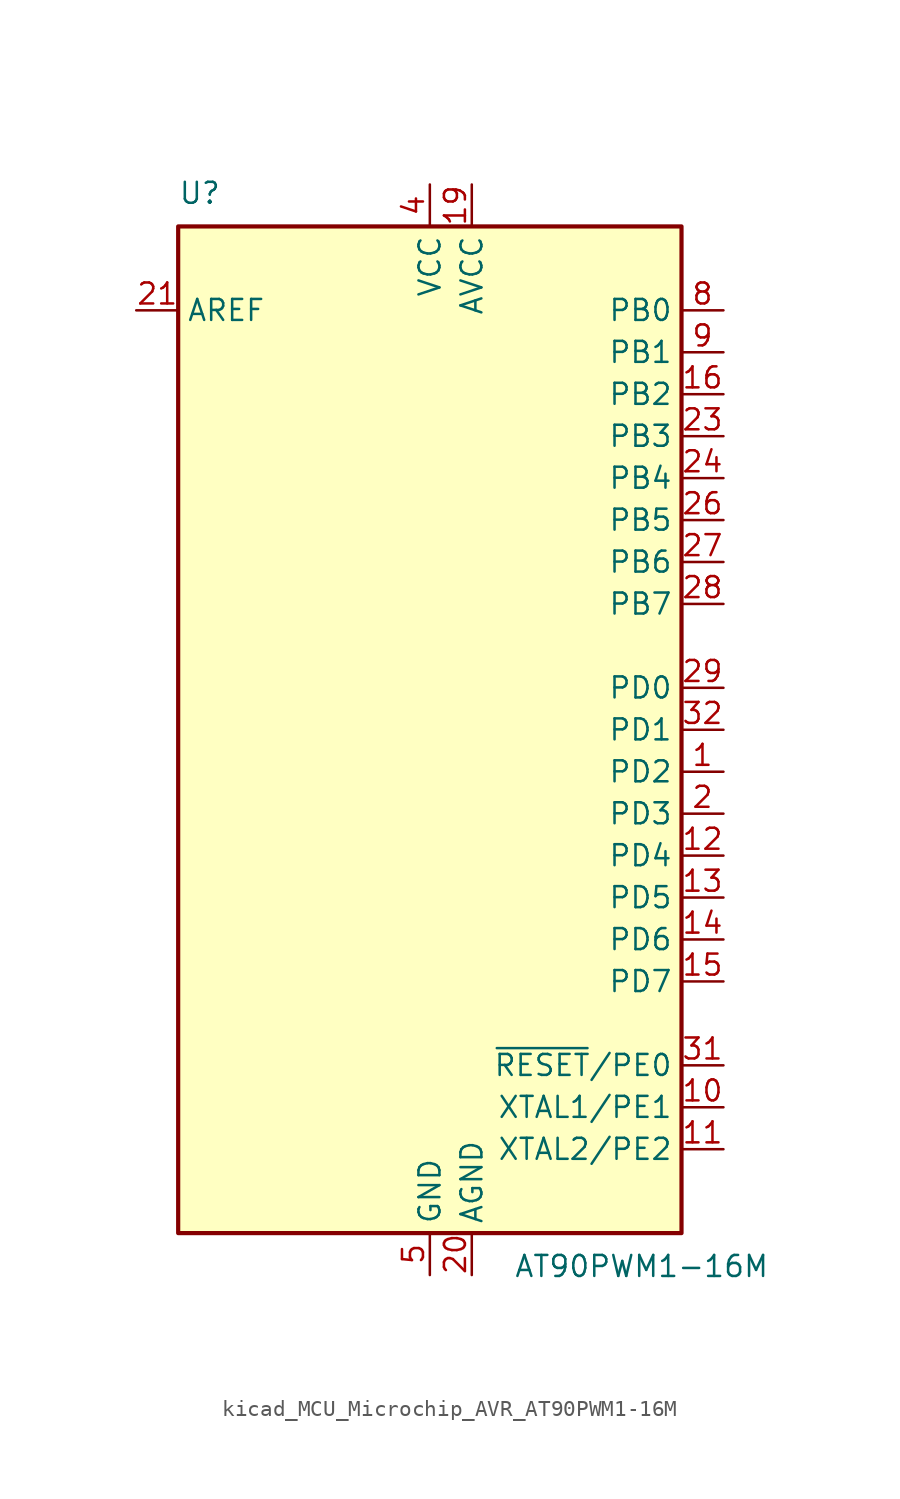
<source format=kicad_sym>
(kicad_symbol_lib
  (version 20220914)
  (generator kicad_symbol_editor)
  (symbol "kicad_MCU_Microchip_AVR_AT90PWM1-16M"
    (property "Reference" "U"
      (at -15.24 31.75 0)
      (effects (font (size 1.27 1.27)) (justify left bottom)))
    (property "Value" "AT90PWM1-16M"
      (at 5.08 -31.75 0)
      (effects (font (size 1.27 1.27)) (justify left top)))
    (symbol "kicad_MCU_Microchip_AVR_AT90PWM1-16M_0_1"
      (rectangle (start -15.24 -30.48) (end 15.24 30.48) (stroke (width 0.254) (type default)) (fill (type background))))
    (symbol "kicad_MCU_Microchip_AVR_AT90PWM1-16M_1_1"
      (pin bidirectional line (at 17.78 -2.54 180) (length 2.54) (name "PD2" (effects (font (size 1.27 1.27)))) (number "1" (effects (font (size 1.27 1.27)))))
      (pin bidirectional line (at 17.78 -22.86 180) (length 2.54) (name "XTAL1/PE1" (effects (font (size 1.27 1.27)))) (number "10" (effects (font (size 1.27 1.27)))))
      (pin bidirectional line (at 17.78 -25.4 180) (length 2.54) (name "XTAL2/PE2" (effects (font (size 1.27 1.27)))) (number "11" (effects (font (size 1.27 1.27)))))
      (pin bidirectional line (at 17.78 -7.62 180) (length 2.54) (name "PD4" (effects (font (size 1.27 1.27)))) (number "12" (effects (font (size 1.27 1.27)))))
      (pin bidirectional line (at 17.78 -10.16 180) (length 2.54) (name "PD5" (effects (font (size 1.27 1.27)))) (number "13" (effects (font (size 1.27 1.27)))))
      (pin bidirectional line (at 17.78 -12.7 180) (length 2.54) (name "PD6" (effects (font (size 1.27 1.27)))) (number "14" (effects (font (size 1.27 1.27)))))
      (pin bidirectional line (at 17.78 -15.24 180) (length 2.54) (name "PD7" (effects (font (size 1.27 1.27)))) (number "15" (effects (font (size 1.27 1.27)))))
      (pin bidirectional line (at 17.78 20.32 180) (length 2.54) (name "PB2" (effects (font (size 1.27 1.27)))) (number "16" (effects (font (size 1.27 1.27)))))
      (pin no_connect line (at -15.24 -17.78 0) (length 2.54) hide (name "NC" (effects (font (size 1.27 1.27)))) (number "17" (effects (font (size 1.27 1.27)))))
      (pin no_connect line (at -15.24 -20.32 0) (length 2.54) hide (name "NC" (effects (font (size 1.27 1.27)))) (number "18" (effects (font (size 1.27 1.27)))))
      (pin power_in line (at 2.54 33.02 270) (length 2.54) (name "AVCC" (effects (font (size 1.27 1.27)))) (number "19" (effects (font (size 1.27 1.27)))))
      (pin bidirectional line (at 17.78 -5.08 180) (length 2.54) (name "PD3" (effects (font (size 1.27 1.27)))) (number "2" (effects (font (size 1.27 1.27)))))
      (pin power_in line (at 2.54 -33.02 90) (length 2.54) (name "AGND" (effects (font (size 1.27 1.27)))) (number "20" (effects (font (size 1.27 1.27)))))
      (pin passive line (at -17.78 25.4 0) (length 2.54) (name "AREF" (effects (font (size 1.27 1.27)))) (number "21" (effects (font (size 1.27 1.27)))))
      (pin no_connect line (at -15.24 -22.86 0) (length 2.54) hide (name "NC" (effects (font (size 1.27 1.27)))) (number "22" (effects (font (size 1.27 1.27)))))
      (pin bidirectional line (at 17.78 17.78 180) (length 2.54) (name "PB3" (effects (font (size 1.27 1.27)))) (number "23" (effects (font (size 1.27 1.27)))))
      (pin bidirectional line (at 17.78 15.24 180) (length 2.54) (name "PB4" (effects (font (size 1.27 1.27)))) (number "24" (effects (font (size 1.27 1.27)))))
      (pin no_connect line (at -15.24 -25.4 0) (length 2.54) hide (name "NC" (effects (font (size 1.27 1.27)))) (number "25" (effects (font (size 1.27 1.27)))))
      (pin bidirectional line (at 17.78 12.7 180) (length 2.54) (name "PB5" (effects (font (size 1.27 1.27)))) (number "26" (effects (font (size 1.27 1.27)))))
      (pin bidirectional line (at 17.78 10.16 180) (length 2.54) (name "PB6" (effects (font (size 1.27 1.27)))) (number "27" (effects (font (size 1.27 1.27)))))
      (pin bidirectional line (at 17.78 7.62 180) (length 2.54) (name "PB7" (effects (font (size 1.27 1.27)))) (number "28" (effects (font (size 1.27 1.27)))))
      (pin bidirectional line (at 17.78 2.54 180) (length 2.54) (name "PD0" (effects (font (size 1.27 1.27)))) (number "29" (effects (font (size 1.27 1.27)))))
      (pin no_connect line (at -15.24 -10.16 0) (length 2.54) hide (name "NC" (effects (font (size 1.27 1.27)))) (number "3" (effects (font (size 1.27 1.27)))))
      (pin no_connect line (at -15.24 -27.94 0) (length 2.54) hide (name "NC" (effects (font (size 1.27 1.27)))) (number "30" (effects (font (size 1.27 1.27)))))
      (pin bidirectional line (at 17.78 -20.32 180) (length 2.54) (name "~{RESET}/PE0" (effects (font (size 1.27 1.27)))) (number "31" (effects (font (size 1.27 1.27)))))
      (pin bidirectional line (at 17.78 0 180) (length 2.54) (name "PD1" (effects (font (size 1.27 1.27)))) (number "32" (effects (font (size 1.27 1.27)))))
      (pin passive line (at 0 -33.02 90) (length 2.54) hide (name "GND" (effects (font (size 1.27 1.27)))) (number "33" (effects (font (size 1.27 1.27)))))
      (pin power_in line (at 0 33.02 270) (length 2.54) (name "VCC" (effects (font (size 1.27 1.27)))) (number "4" (effects (font (size 1.27 1.27)))))
      (pin power_in line (at 0 -33.02 90) (length 2.54) (name "GND" (effects (font (size 1.27 1.27)))) (number "5" (effects (font (size 1.27 1.27)))))
      (pin no_connect line (at -15.24 -12.7 0) (length 2.54) hide (name "NC" (effects (font (size 1.27 1.27)))) (number "6" (effects (font (size 1.27 1.27)))))
      (pin no_connect line (at -15.24 -15.24 0) (length 2.54) hide (name "NC" (effects (font (size 1.27 1.27)))) (number "7" (effects (font (size 1.27 1.27)))))
      (pin bidirectional line (at 17.78 25.4 180) (length 2.54) (name "PB0" (effects (font (size 1.27 1.27)))) (number "8" (effects (font (size 1.27 1.27)))))
      (pin bidirectional line (at 17.78 22.86 180) (length 2.54) (name "PB1" (effects (font (size 1.27 1.27)))) (number "9" (effects (font (size 1.27 1.27))))))))
</source>
